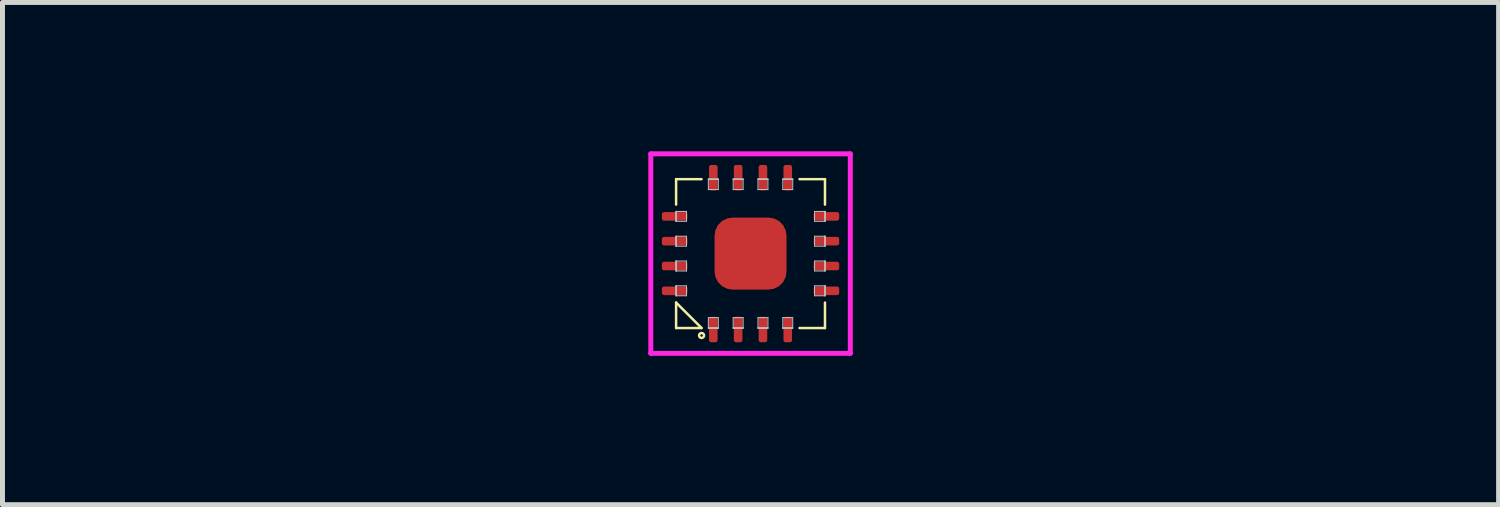
<source format=kicad_pcb>
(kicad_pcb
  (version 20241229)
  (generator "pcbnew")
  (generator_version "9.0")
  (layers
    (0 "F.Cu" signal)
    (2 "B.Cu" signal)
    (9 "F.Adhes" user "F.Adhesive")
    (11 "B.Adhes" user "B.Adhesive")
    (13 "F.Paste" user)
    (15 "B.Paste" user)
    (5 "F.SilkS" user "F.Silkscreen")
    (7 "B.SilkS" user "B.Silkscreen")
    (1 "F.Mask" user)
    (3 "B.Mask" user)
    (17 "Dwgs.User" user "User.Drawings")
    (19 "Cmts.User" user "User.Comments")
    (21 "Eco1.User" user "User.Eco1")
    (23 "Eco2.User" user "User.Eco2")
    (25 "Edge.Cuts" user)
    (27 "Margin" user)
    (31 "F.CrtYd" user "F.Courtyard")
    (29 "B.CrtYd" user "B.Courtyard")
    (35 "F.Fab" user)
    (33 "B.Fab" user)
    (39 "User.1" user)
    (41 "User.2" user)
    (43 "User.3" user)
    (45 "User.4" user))
  (footprint "QFN50P300x300-16-T145x145"
    (layer "F.Cu")
    (at 12.074 2.06)
    (property "Reference" "QFN50P300x300-16-T145x145" (at 0 0 0) (layer "User.1") (effects (font (size 1 1) (thickness 0.1))))
    (attr through_hole)
    (fp_line (start -1.5 -1.5) (end -1.5 -0.987) (stroke (width 0.05) (type solid)) (layer "F.SilkS"))
    (fp_line (start -1.5 -1.5) (end -0.987 -1.5) (stroke (width 0.05) (type solid)) (layer "F.SilkS"))
    (fp_line (start -1.5 0.987) (end -0.987 1.5) (stroke (width 0.05) (type solid)) (layer "F.SilkS"))
    (fp_line (start -1.5 1.5) (end -1.5 0.987) (stroke (width 0.05) (type solid)) (layer "F.SilkS"))
    (fp_line (start -1.5 1.5) (end -0.987 1.5) (stroke (width 0.05) (type solid)) (layer "F.SilkS"))
    (fp_line (start 1.5 -1.5) (end 0.987 -1.5) (stroke (width 0.05) (type solid)) (layer "F.SilkS"))
    (fp_line (start 1.5 -1.5) (end 1.5 -0.987) (stroke (width 0.05) (type solid)) (layer "F.SilkS"))
    (fp_line (start 1.5 1.5) (end 0.987 1.5) (stroke (width 0.05) (type solid)) (layer "F.SilkS"))
    (fp_line (start 1.5 1.5) (end 1.5 0.987) (stroke (width 0.05) (type solid)) (layer "F.SilkS"))
    (fp_circle (center -0.987 1.65) (end -0.937 1.65) (stroke (width 0.05) (type solid)) (fill no) (layer "F.SilkS"))
    (fp_line (start -1.5 -0.85) (end -1.5 -0.85) (stroke (width 0.02) (type solid)) (layer "Dwgs.User"))
    (fp_line (start -1.5 -0.85) (end -1.5 -0.65) (stroke (width 0.02) (type solid)) (layer "Dwgs.User"))
    (fp_line (start -1.5 -0.85) (end -1.29 -0.85) (stroke (width 0.02) (type solid)) (layer "Dwgs.User"))
    (fp_line (start -1.5 -0.65) (end -1.5 -0.85) (stroke (width 0.02) (type solid)) (layer "Dwgs.User"))
    (fp_line (start -1.5 -0.65) (end -1.5 -0.85) (stroke (width 0.02) (type solid)) (layer "Dwgs.User"))
    (fp_line (start -1.5 -0.65) (end -1.5 -0.65) (stroke (width 0.02) (type solid)) (layer "Dwgs.User"))
    (fp_line (start -1.5 -0.35) (end -1.5 -0.35) (stroke (width 0.02) (type solid)) (layer "Dwgs.User"))
    (fp_line (start -1.5 -0.35) (end -1.5 -0.15) (stroke (width 0.02) (type solid)) (layer "Dwgs.User"))
    (fp_line (start -1.5 -0.35) (end -1.29 -0.35) (stroke (width 0.02) (type solid)) (layer "Dwgs.User"))
    (fp_line (start -1.5 -0.15) (end -1.5 -0.35) (stroke (width 0.02) (type solid)) (layer "Dwgs.User"))
    (fp_line (start -1.5 -0.15) (end -1.5 -0.35) (stroke (width 0.02) (type solid)) (layer "Dwgs.User"))
    (fp_line (start -1.5 -0.15) (end -1.5 -0.15) (stroke (width 0.02) (type solid)) (layer "Dwgs.User"))
    (fp_line (start -1.5 0.15) (end -1.5 0.15) (stroke (width 0.02) (type solid)) (layer "Dwgs.User"))
    (fp_line (start -1.5 0.15) (end -1.5 0.35) (stroke (width 0.02) (type solid)) (layer "Dwgs.User"))
    (fp_line (start -1.5 0.15) (end -1.29 0.15) (stroke (width 0.02) (type solid)) (layer "Dwgs.User"))
    (fp_line (start -1.5 0.35) (end -1.5 0.15) (stroke (width 0.02) (type solid)) (layer "Dwgs.User"))
    (fp_line (start -1.5 0.35) (end -1.5 0.15) (stroke (width 0.02) (type solid)) (layer "Dwgs.User"))
    (fp_line (start -1.5 0.35) (end -1.5 0.35) (stroke (width 0.02) (type solid)) (layer "Dwgs.User"))
    (fp_line (start -1.5 0.65) (end -1.5 0.65) (stroke (width 0.02) (type solid)) (layer "Dwgs.User"))
    (fp_line (start -1.5 0.65) (end -1.5 0.85) (stroke (width 0.02) (type solid)) (layer "Dwgs.User"))
    (fp_line (start -1.5 0.65) (end -1.29 0.65) (stroke (width 0.02) (type solid)) (layer "Dwgs.User"))
    (fp_line (start -1.5 0.85) (end -1.5 0.65) (stroke (width 0.02) (type solid)) (layer "Dwgs.User"))
    (fp_line (start -1.5 0.85) (end -1.5 0.65) (stroke (width 0.02) (type solid)) (layer "Dwgs.User"))
    (fp_line (start -1.5 0.85) (end -1.5 0.85) (stroke (width 0.02) (type solid)) (layer "Dwgs.User"))
    (fp_line (start -1.29 -0.85) (end -1.29 -0.65) (stroke (width 0.02) (type solid)) (layer "Dwgs.User"))
    (fp_line (start -1.29 -0.65) (end -1.5 -0.65) (stroke (width 0.02) (type solid)) (layer "Dwgs.User"))
    (fp_line (start -1.29 -0.35) (end -1.29 -0.15) (stroke (width 0.02) (type solid)) (layer "Dwgs.User"))
    (fp_line (start -1.29 -0.15) (end -1.5 -0.15) (stroke (width 0.02) (type solid)) (layer "Dwgs.User"))
    (fp_line (start -1.29 0.15) (end -1.29 0.35) (stroke (width 0.02) (type solid)) (layer "Dwgs.User"))
    (fp_line (start -1.29 0.35) (end -1.5 0.35) (stroke (width 0.02) (type solid)) (layer "Dwgs.User"))
    (fp_line (start -1.29 0.65) (end -1.29 0.85) (stroke (width 0.02) (type solid)) (layer "Dwgs.User"))
    (fp_line (start -1.29 0.85) (end -1.5 0.85) (stroke (width 0.02) (type solid)) (layer "Dwgs.User"))
    (fp_line (start -0.85 -1.5) (end -0.85 -1.5) (stroke (width 0.02) (type solid)) (layer "Dwgs.User"))
    (fp_line (start -0.85 -1.5) (end -0.65 -1.5) (stroke (width 0.02) (type solid)) (layer "Dwgs.User"))
    (fp_line (start -0.85 -1.5) (end -0.65 -1.5) (stroke (width 0.02) (type solid)) (layer "Dwgs.User"))
    (fp_line (start -0.85 -1.29) (end -0.85 -1.5) (stroke (width 0.02) (type solid)) (layer "Dwgs.User"))
    (fp_line (start -0.85 1.29) (end -0.85 1.5) (stroke (width 0.02) (type solid)) (layer "Dwgs.User"))
    (fp_line (start -0.85 1.5) (end -0.85 1.5) (stroke (width 0.02) (type solid)) (layer "Dwgs.User"))
    (fp_line (start -0.85 1.5) (end -0.65 1.5) (stroke (width 0.02) (type solid)) (layer "Dwgs.User"))
    (fp_line (start -0.85 1.5) (end -0.65 1.5) (stroke (width 0.02) (type solid)) (layer "Dwgs.User"))
    (fp_line (start -0.65 -1.5) (end -0.85 -1.5) (stroke (width 0.02) (type solid)) (layer "Dwgs.User"))
    (fp_line (start -0.65 -1.5) (end -0.65 -1.5) (stroke (width 0.02) (type solid)) (layer "Dwgs.User"))
    (fp_line (start -0.65 -1.5) (end -0.65 -1.29) (stroke (width 0.02) (type solid)) (layer "Dwgs.User"))
    (fp_line (start -0.65 -1.29) (end -0.85 -1.29) (stroke (width 0.02) (type solid)) (layer "Dwgs.User"))
    (fp_line (start -0.65 1.29) (end -0.85 1.29) (stroke (width 0.02) (type solid)) (layer "Dwgs.User"))
    (fp_line (start -0.65 1.5) (end -0.85 1.5) (stroke (width 0.02) (type solid)) (layer "Dwgs.User"))
    (fp_line (start -0.65 1.5) (end -0.65 1.29) (stroke (width 0.02) (type solid)) (layer "Dwgs.User"))
    (fp_line (start -0.65 1.5) (end -0.65 1.5) (stroke (width 0.02) (type solid)) (layer "Dwgs.User"))
    (fp_line (start -0.35 -1.5) (end -0.35 -1.5) (stroke (width 0.02) (type solid)) (layer "Dwgs.User"))
    (fp_line (start -0.35 -1.5) (end -0.15 -1.5) (stroke (width 0.02) (type solid)) (layer "Dwgs.User"))
    (fp_line (start -0.35 -1.5) (end -0.15 -1.5) (stroke (width 0.02) (type solid)) (layer "Dwgs.User"))
    (fp_line (start -0.35 -1.29) (end -0.35 -1.5) (stroke (width 0.02) (type solid)) (layer "Dwgs.User"))
    (fp_line (start -0.35 1.29) (end -0.35 1.5) (stroke (width 0.02) (type solid)) (layer "Dwgs.User"))
    (fp_line (start -0.35 1.5) (end -0.35 1.5) (stroke (width 0.02) (type solid)) (layer "Dwgs.User"))
    (fp_line (start -0.35 1.5) (end -0.15 1.5) (stroke (width 0.02) (type solid)) (layer "Dwgs.User"))
    (fp_line (start -0.35 1.5) (end -0.15 1.5) (stroke (width 0.02) (type solid)) (layer "Dwgs.User"))
    (fp_line (start -0.15 -1.5) (end -0.35 -1.5) (stroke (width 0.02) (type solid)) (layer "Dwgs.User"))
    (fp_line (start -0.15 -1.5) (end -0.15 -1.5) (stroke (width 0.02) (type solid)) (layer "Dwgs.User"))
    (fp_line (start -0.15 -1.5) (end -0.15 -1.29) (stroke (width 0.02) (type solid)) (layer "Dwgs.User"))
    (fp_line (start -0.15 -1.29) (end -0.35 -1.29) (stroke (width 0.02) (type solid)) (layer "Dwgs.User"))
    (fp_line (start -0.15 1.29) (end -0.35 1.29) (stroke (width 0.02) (type solid)) (layer "Dwgs.User"))
    (fp_line (start -0.15 1.5) (end -0.35 1.5) (stroke (width 0.02) (type solid)) (layer "Dwgs.User"))
    (fp_line (start -0.15 1.5) (end -0.15 1.29) (stroke (width 0.02) (type solid)) (layer "Dwgs.User"))
    (fp_line (start -0.15 1.5) (end -0.15 1.5) (stroke (width 0.02) (type solid)) (layer "Dwgs.User"))
    (fp_line (start 0.15 -1.5) (end 0.15 -1.5) (stroke (width 0.02) (type solid)) (layer "Dwgs.User"))
    (fp_line (start 0.15 -1.5) (end 0.35 -1.5) (stroke (width 0.02) (type solid)) (layer "Dwgs.User"))
    (fp_line (start 0.15 -1.5) (end 0.35 -1.5) (stroke (width 0.02) (type solid)) (layer "Dwgs.User"))
    (fp_line (start 0.15 -1.29) (end 0.15 -1.5) (stroke (width 0.02) (type solid)) (layer "Dwgs.User"))
    (fp_line (start 0.15 1.29) (end 0.15 1.5) (stroke (width 0.02) (type solid)) (layer "Dwgs.User"))
    (fp_line (start 0.15 1.5) (end 0.15 1.5) (stroke (width 0.02) (type solid)) (layer "Dwgs.User"))
    (fp_line (start 0.15 1.5) (end 0.35 1.5) (stroke (width 0.02) (type solid)) (layer "Dwgs.User"))
    (fp_line (start 0.15 1.5) (end 0.35 1.5) (stroke (width 0.02) (type solid)) (layer "Dwgs.User"))
    (fp_line (start 0.35 -1.5) (end 0.15 -1.5) (stroke (width 0.02) (type solid)) (layer "Dwgs.User"))
    (fp_line (start 0.35 -1.5) (end 0.35 -1.5) (stroke (width 0.02) (type solid)) (layer "Dwgs.User"))
    (fp_line (start 0.35 -1.5) (end 0.35 -1.29) (stroke (width 0.02) (type solid)) (layer "Dwgs.User"))
    (fp_line (start 0.35 -1.29) (end 0.15 -1.29) (stroke (width 0.02) (type solid)) (layer "Dwgs.User"))
    (fp_line (start 0.35 1.29) (end 0.15 1.29) (stroke (width 0.02) (type solid)) (layer "Dwgs.User"))
    (fp_line (start 0.35 1.5) (end 0.15 1.5) (stroke (width 0.02) (type solid)) (layer "Dwgs.User"))
    (fp_line (start 0.35 1.5) (end 0.35 1.29) (stroke (width 0.02) (type solid)) (layer "Dwgs.User"))
    (fp_line (start 0.35 1.5) (end 0.35 1.5) (stroke (width 0.02) (type solid)) (layer "Dwgs.User"))
    (fp_line (start 0.65 -1.5) (end 0.65 -1.5) (stroke (width 0.02) (type solid)) (layer "Dwgs.User"))
    (fp_line (start 0.65 -1.5) (end 0.85 -1.5) (stroke (width 0.02) (type solid)) (layer "Dwgs.User"))
    (fp_line (start 0.65 -1.5) (end 0.85 -1.5) (stroke (width 0.02) (type solid)) (layer "Dwgs.User"))
    (fp_line (start 0.65 -1.29) (end 0.65 -1.5) (stroke (width 0.02) (type solid)) (layer "Dwgs.User"))
    (fp_line (start 0.65 1.29) (end 0.65 1.5) (stroke (width 0.02) (type solid)) (layer "Dwgs.User"))
    (fp_line (start 0.65 1.5) (end 0.65 1.5) (stroke (width 0.02) (type solid)) (layer "Dwgs.User"))
    (fp_line (start 0.65 1.5) (end 0.85 1.5) (stroke (width 0.02) (type solid)) (layer "Dwgs.User"))
    (fp_line (start 0.65 1.5) (end 0.85 1.5) (stroke (width 0.02) (type solid)) (layer "Dwgs.User"))
    (fp_line (start 0.85 -1.5) (end 0.65 -1.5) (stroke (width 0.02) (type solid)) (layer "Dwgs.User"))
    (fp_line (start 0.85 -1.5) (end 0.85 -1.5) (stroke (width 0.02) (type solid)) (layer "Dwgs.User"))
    (fp_line (start 0.85 -1.5) (end 0.85 -1.29) (stroke (width 0.02) (type solid)) (layer "Dwgs.User"))
    (fp_line (start 0.85 -1.29) (end 0.65 -1.29) (stroke (width 0.02) (type solid)) (layer "Dwgs.User"))
    (fp_line (start 0.85 1.29) (end 0.65 1.29) (stroke (width 0.02) (type solid)) (layer "Dwgs.User"))
    (fp_line (start 0.85 1.5) (end 0.65 1.5) (stroke (width 0.02) (type solid)) (layer "Dwgs.User"))
    (fp_line (start 0.85 1.5) (end 0.85 1.29) (stroke (width 0.02) (type solid)) (layer "Dwgs.User"))
    (fp_line (start 0.85 1.5) (end 0.85 1.5) (stroke (width 0.02) (type solid)) (layer "Dwgs.User"))
    (fp_line (start 1.29 -0.85) (end 1.29 -0.65) (stroke (width 0.02) (type solid)) (layer "Dwgs.User"))
    (fp_line (start 1.29 -0.65) (end 1.5 -0.65) (stroke (width 0.02) (type solid)) (layer "Dwgs.User"))
    (fp_line (start 1.29 -0.35) (end 1.29 -0.15) (stroke (width 0.02) (type solid)) (layer "Dwgs.User"))
    (fp_line (start 1.29 -0.15) (end 1.5 -0.15) (stroke (width 0.02) (type solid)) (layer "Dwgs.User"))
    (fp_line (start 1.29 0.15) (end 1.29 0.35) (stroke (width 0.02) (type solid)) (layer "Dwgs.User"))
    (fp_line (start 1.29 0.35) (end 1.5 0.35) (stroke (width 0.02) (type solid)) (layer "Dwgs.User"))
    (fp_line (start 1.29 0.65) (end 1.29 0.85) (stroke (width 0.02) (type solid)) (layer "Dwgs.User"))
    (fp_line (start 1.29 0.85) (end 1.5 0.85) (stroke (width 0.02) (type solid)) (layer "Dwgs.User"))
    (fp_line (start 1.5 -0.85) (end 1.29 -0.85) (stroke (width 0.02) (type solid)) (layer "Dwgs.User"))
    (fp_line (start 1.5 -0.85) (end 1.5 -0.85) (stroke (width 0.02) (type solid)) (layer "Dwgs.User"))
    (fp_line (start 1.5 -0.85) (end 1.5 -0.65) (stroke (width 0.02) (type solid)) (layer "Dwgs.User"))
    (fp_line (start 1.5 -0.65) (end 1.5 -0.85) (stroke (width 0.02) (type solid)) (layer "Dwgs.User"))
    (fp_line (start 1.5 -0.65) (end 1.5 -0.85) (stroke (width 0.02) (type solid)) (layer "Dwgs.User"))
    (fp_line (start 1.5 -0.65) (end 1.5 -0.65) (stroke (width 0.02) (type solid)) (layer "Dwgs.User"))
    (fp_line (start 1.5 -0.35) (end 1.29 -0.35) (stroke (width 0.02) (type solid)) (layer "Dwgs.User"))
    (fp_line (start 1.5 -0.35) (end 1.5 -0.35) (stroke (width 0.02) (type solid)) (layer "Dwgs.User"))
    (fp_line (start 1.5 -0.35) (end 1.5 -0.15) (stroke (width 0.02) (type solid)) (layer "Dwgs.User"))
    (fp_line (start 1.5 -0.15) (end 1.5 -0.35) (stroke (width 0.02) (type solid)) (layer "Dwgs.User"))
    (fp_line (start 1.5 -0.15) (end 1.5 -0.35) (stroke (width 0.02) (type solid)) (layer "Dwgs.User"))
    (fp_line (start 1.5 -0.15) (end 1.5 -0.15) (stroke (width 0.02) (type solid)) (layer "Dwgs.User"))
    (fp_line (start 1.5 0.15) (end 1.29 0.15) (stroke (width 0.02) (type solid)) (layer "Dwgs.User"))
    (fp_line (start 1.5 0.15) (end 1.5 0.15) (stroke (width 0.02) (type solid)) (layer "Dwgs.User"))
    (fp_line (start 1.5 0.15) (end 1.5 0.35) (stroke (width 0.02) (type solid)) (layer "Dwgs.User"))
    (fp_line (start 1.5 0.35) (end 1.5 0.15) (stroke (width 0.02) (type solid)) (layer "Dwgs.User"))
    (fp_line (start 1.5 0.35) (end 1.5 0.15) (stroke (width 0.02) (type solid)) (layer "Dwgs.User"))
    (fp_line (start 1.5 0.35) (end 1.5 0.35) (stroke (width 0.02) (type solid)) (layer "Dwgs.User"))
    (fp_line (start 1.5 0.65) (end 1.29 0.65) (stroke (width 0.02) (type solid)) (layer "Dwgs.User"))
    (fp_line (start 1.5 0.65) (end 1.5 0.65) (stroke (width 0.02) (type solid)) (layer "Dwgs.User"))
    (fp_line (start 1.5 0.65) (end 1.5 0.85) (stroke (width 0.02) (type solid)) (layer "Dwgs.User"))
    (fp_line (start 1.5 0.85) (end 1.5 0.65) (stroke (width 0.02) (type solid)) (layer "Dwgs.User"))
    (fp_line (start 1.5 0.85) (end 1.5 0.65) (stroke (width 0.02) (type solid)) (layer "Dwgs.User"))
    (fp_line (start 1.5 0.85) (end 1.5 0.85) (stroke (width 0.02) (type solid)) (layer "Dwgs.User"))
    (fp_line (start -2.01 -2.01) (end -2.01 2.01) (stroke (width 0.1) (type solid)) (layer "F.CrtYd"))
    (fp_line (start -2.01 2.01) (end 2.01 2.01) (stroke (width 0.1) (type solid)) (layer "F.CrtYd"))
    (fp_line (start 2.01 -2.01) (end -2.01 -2.01) (stroke (width 0.1) (type solid)) (layer "F.CrtYd"))
    (fp_line (start 2.01 2.01) (end 2.01 -2.01) (stroke (width 0.1) (type solid)) (layer "F.CrtYd"))
    (pad "1" smd roundrect (at -0.75 1.53) (size 0.173 0.513) (layers "F.Cu" "F.Mask" "F.Paste") (roundrect_rratio 0.25))
    (pad "2" smd roundrect (at -0.25 1.53) (size 0.173 0.513) (layers "F.Cu" "F.Mask" "F.Paste") (roundrect_rratio 0.25))
    (pad "3" smd roundrect (at 0.25 1.53) (size 0.173 0.513) (layers "F.Cu" "F.Mask" "F.Paste") (roundrect_rratio 0.25))
    (pad "4" smd roundrect (at 0.75 1.53) (size 0.173 0.513) (layers "F.Cu" "F.Mask" "F.Paste") (roundrect_rratio 0.25))
    (pad "5" smd roundrect (at 1.53 0.75) (size 0.513 0.173) (layers "F.Cu" "F.Mask" "F.Paste") (roundrect_rratio 0.25))
    (pad "6" smd roundrect (at 1.53 0.25) (size 0.513 0.173) (layers "F.Cu" "F.Mask" "F.Paste") (roundrect_rratio 0.25))
    (pad "7" smd roundrect (at 1.53 -0.25) (size 0.513 0.173) (layers "F.Cu" "F.Mask" "F.Paste") (roundrect_rratio 0.25))
    (pad "8" smd roundrect (at 1.53 -0.75) (size 0.513 0.173) (layers "F.Cu" "F.Mask" "F.Paste") (roundrect_rratio 0.25))
    (pad "9" smd roundrect (at 0.75 -1.53) (size 0.173 0.513) (layers "F.Cu" "F.Mask" "F.Paste") (roundrect_rratio 0.25))
    (pad "10" smd roundrect (at 0.25 -1.53) (size 0.173 0.513) (layers "F.Cu" "F.Mask" "F.Paste") (roundrect_rratio 0.25))
    (pad "11" smd roundrect (at -0.25 -1.53) (size 0.173 0.513) (layers "F.Cu" "F.Mask" "F.Paste") (roundrect_rratio 0.25))
    (pad "12" smd roundrect (at -0.75 -1.53) (size 0.173 0.513) (layers "F.Cu" "F.Mask" "F.Paste") (roundrect_rratio 0.25))
    (pad "13" smd roundrect (at -1.53 -0.75) (size 0.513 0.173) (layers "F.Cu" "F.Mask" "F.Paste") (roundrect_rratio 0.25))
    (pad "14" smd roundrect (at -1.53 -0.25) (size 0.513 0.173) (layers "F.Cu" "F.Mask" "F.Paste") (roundrect_rratio 0.25))
    (pad "15" smd roundrect (at -1.53 0.25) (size 0.513 0.173) (layers "F.Cu" "F.Mask" "F.Paste") (roundrect_rratio 0.25))
    (pad "16" smd roundrect (at -1.53 0.75) (size 0.513 0.173) (layers "F.Cu" "F.Mask" "F.Paste") (roundrect_rratio 0.25))
    (pad "EP" smd roundrect (at 0 0) (size 1.45 1.45) (layers "F.Cu" "F.Mask" "F.Paste") (roundrect_rratio 0.25)))
  (gr_rect
    (start -3 -3)
    (end 27.148 7.12)
    (stroke (width 0.1) (type default))
    (fill no)
    (layer "Edge.Cuts")))
</source>
